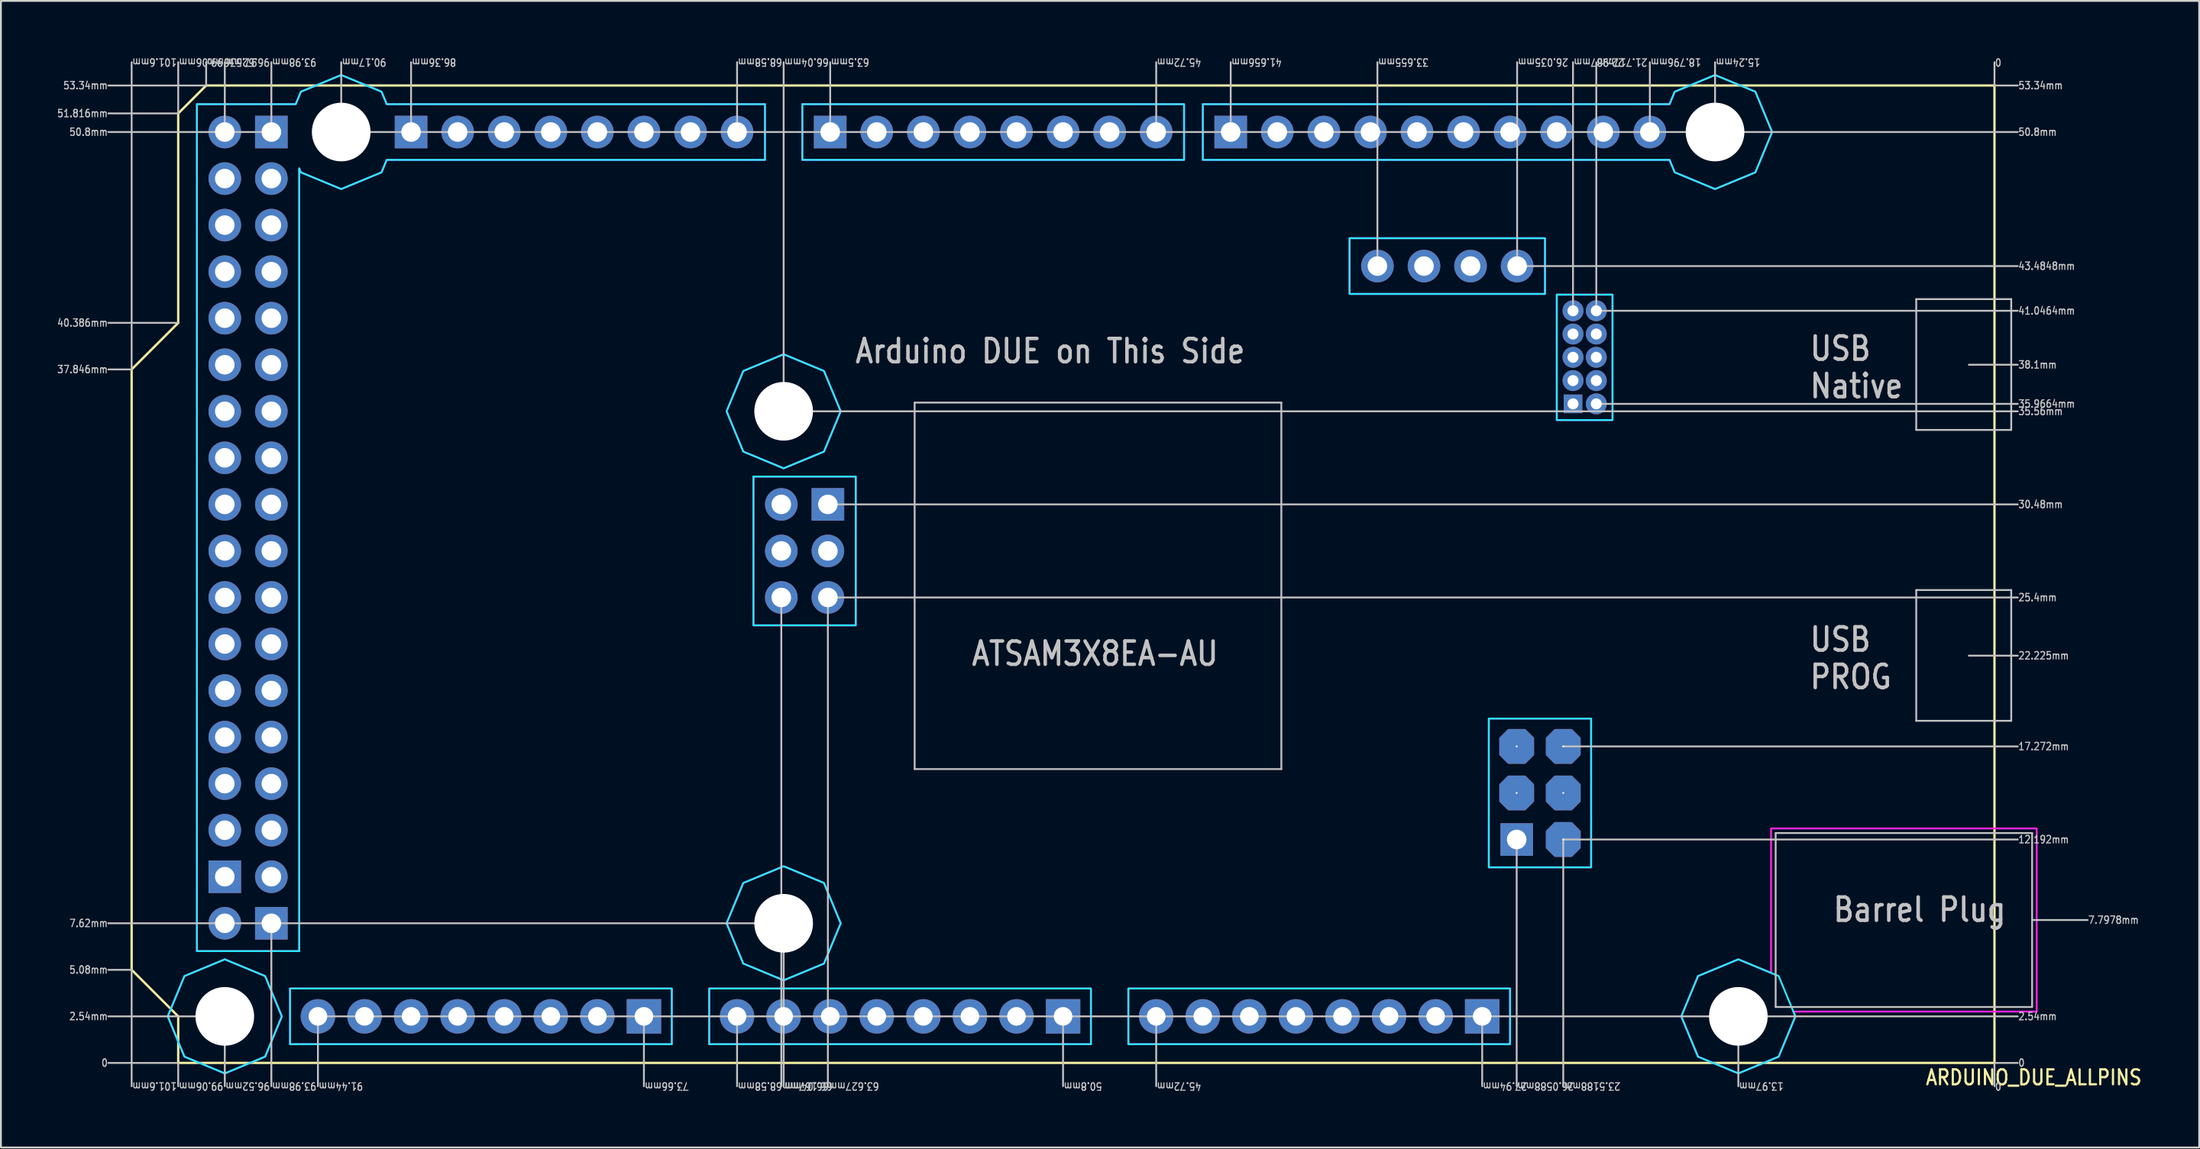
<source format=kicad_pcb>
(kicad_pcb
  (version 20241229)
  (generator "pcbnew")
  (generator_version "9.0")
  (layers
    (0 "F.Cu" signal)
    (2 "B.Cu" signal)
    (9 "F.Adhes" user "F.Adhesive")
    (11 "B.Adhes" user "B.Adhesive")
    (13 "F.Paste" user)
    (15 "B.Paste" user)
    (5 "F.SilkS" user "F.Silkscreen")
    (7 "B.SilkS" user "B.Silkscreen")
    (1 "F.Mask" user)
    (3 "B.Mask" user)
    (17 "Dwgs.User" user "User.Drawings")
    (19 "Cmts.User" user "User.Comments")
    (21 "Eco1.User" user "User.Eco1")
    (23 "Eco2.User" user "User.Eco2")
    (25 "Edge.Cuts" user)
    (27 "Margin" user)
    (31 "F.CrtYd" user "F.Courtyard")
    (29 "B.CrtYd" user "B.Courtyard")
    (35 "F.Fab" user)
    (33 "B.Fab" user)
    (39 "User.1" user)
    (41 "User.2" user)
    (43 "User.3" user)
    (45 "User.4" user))
  (footprint "ARDUINO_DUE_ALLPINS"
    (layer "F.Cu")
    (at 105.73 54.955)
    (property "Reference" "ARDUINO_DUE_ALLPINS" (at -3.81 1.27 0) (unlocked yes) (layer "F.SilkS") (effects (font (size 0.813 0.695) (thickness 0.122)) (justify left bottom)))
    (fp_circle (center -96.52 -2.54) (end -93.67 -2.54) (stroke (width 0) (type solid)) (fill yes) (layer "F.Mask"))
    (fp_circle (center -96.52 -2.54) (end -93.67 -2.54) (stroke (width 0) (type solid)) (fill yes) (layer "F.Mask"))
    (fp_circle (center -90.17 -50.8) (end -87.32 -50.8) (stroke (width 0) (type solid)) (fill yes) (layer "F.Mask"))
    (fp_circle (center -90.17 -50.8) (end -87.32 -50.8) (stroke (width 0) (type solid)) (fill yes) (layer "F.Mask"))
    (fp_circle (center -66.04 -35.56) (end -63.19 -35.56) (stroke (width 0) (type solid)) (fill yes) (layer "F.Mask"))
    (fp_circle (center -66.04 -35.56) (end -63.19 -35.56) (stroke (width 0) (type solid)) (fill yes) (layer "F.Mask"))
    (fp_circle (center -66.04 -7.62) (end -63.19 -7.62) (stroke (width 0) (type solid)) (fill yes) (layer "F.Mask"))
    (fp_circle (center -66.04 -7.62) (end -63.19 -7.62) (stroke (width 0) (type solid)) (fill yes) (layer "F.Mask"))
    (fp_circle (center -15.24 -50.8) (end -12.39 -50.8) (stroke (width 0) (type solid)) (fill yes) (layer "F.Mask"))
    (fp_circle (center -15.24 -50.8) (end -12.39 -50.8) (stroke (width 0) (type solid)) (fill yes) (layer "F.Mask"))
    (fp_circle (center -13.97 -2.54) (end -11.12 -2.54) (stroke (width 0) (type solid)) (fill yes) (layer "F.Mask"))
    (fp_circle (center -13.97 -2.54) (end -11.12 -2.54) (stroke (width 0) (type solid)) (fill yes) (layer "F.Mask"))
    (fp_circle (center -96.52 -2.54) (end -93.67 -2.54) (stroke (width 0) (type solid)) (fill yes) (layer "B.Mask"))
    (fp_circle (center -90.17 -50.8) (end -87.32 -50.8) (stroke (width 0) (type solid)) (fill yes) (layer "B.Mask"))
    (fp_circle (center -66.04 -35.56) (end -63.19 -35.56) (stroke (width 0) (type solid)) (fill yes) (layer "B.Mask"))
    (fp_circle (center -66.04 -7.62) (end -63.19 -7.62) (stroke (width 0) (type solid)) (fill yes) (layer "B.Mask"))
    (fp_circle (center -15.24 -50.8) (end -12.39 -50.8) (stroke (width 0) (type solid)) (fill yes) (layer "B.Mask"))
    (fp_circle (center -13.97 -2.54) (end -11.12 -2.54) (stroke (width 0) (type solid)) (fill yes) (layer "B.Mask"))
    (fp_line (start -101.6 -37.846) (end -101.6 -5.08) (stroke (width 0.127) (type solid)) (layer "F.SilkS"))
    (fp_line (start -101.6 -5.08) (end -99.06 -2.54) (stroke (width 0.127) (type solid)) (layer "F.SilkS"))
    (fp_line (start -99.06 -51.816) (end -99.06 -40.386) (stroke (width 0.127) (type solid)) (layer "F.SilkS"))
    (fp_line (start -99.06 -40.386) (end -101.6 -37.846) (stroke (width 0.127) (type solid)) (layer "F.SilkS"))
    (fp_line (start -99.06 -2.54) (end -99.06 0) (stroke (width 0.127) (type solid)) (layer "F.SilkS"))
    (fp_line (start -99.06 0) (end 0 0) (stroke (width 0.127) (type solid)) (layer "F.SilkS"))
    (fp_line (start -97.536 -53.34) (end -99.06 -51.816) (stroke (width 0.127) (type solid)) (layer "F.SilkS"))
    (fp_line (start 0 -53.34) (end -97.536 -53.34) (stroke (width 0.127) (type solid)) (layer "F.SilkS"))
    (fp_line (start 0 0) (end 0 -53.34) (stroke (width 0.127) (type solid)) (layer "F.SilkS"))
    (fp_line (start -101.6 -37.846) (end -102.87 -37.846) (stroke (width 0.1) (type solid)) (layer "Dwgs.User"))
    (fp_line (start -101.6 -37.846) (end -101.6 -54.61) (stroke (width 0.1) (type solid)) (layer "Dwgs.User"))
    (fp_line (start -101.6 -5.08) (end -102.87 -5.08) (stroke (width 0.1) (type solid)) (layer "Dwgs.User"))
    (fp_line (start -101.6 -5.08) (end -101.6 1.27) (stroke (width 0.1) (type solid)) (layer "Dwgs.User"))
    (fp_line (start -99.06 -51.816) (end -102.87 -51.816) (stroke (width 0.1) (type solid)) (layer "Dwgs.User"))
    (fp_line (start -99.06 -51.816) (end -99.06 -54.61) (stroke (width 0.1) (type solid)) (layer "Dwgs.User"))
    (fp_line (start -99.06 -40.386) (end -102.87 -40.386) (stroke (width 0.1) (type solid)) (layer "Dwgs.User"))
    (fp_line (start -99.06 0) (end -102.87 0) (stroke (width 0.1) (type solid)) (layer "Dwgs.User"))
    (fp_line (start -99.06 0) (end -99.06 1.27) (stroke (width 0.1) (type solid)) (layer "Dwgs.User"))
    (fp_line (start -97.536 -53.34) (end -102.87 -53.34) (stroke (width 0.1) (type solid)) (layer "Dwgs.User"))
    (fp_line (start -97.536 -53.34) (end -97.536 -54.61) (stroke (width 0.1) (type solid)) (layer "Dwgs.User"))
    (fp_line (start -96.52 -50.8) (end -102.87 -50.8) (stroke (width 0.1) (type solid)) (layer "Dwgs.User"))
    (fp_line (start -96.52 -50.8) (end -96.52 -54.61) (stroke (width 0.1) (type solid)) (layer "Dwgs.User"))
    (fp_line (start -96.52 -2.54) (end -102.87 -2.54) (stroke (width 0.1) (type solid)) (layer "Dwgs.User"))
    (fp_line (start -96.52 -2.54) (end -96.52 1.27) (stroke (width 0.1) (type solid)) (layer "Dwgs.User"))
    (fp_line (start -93.98 -50.8) (end -96.52 -50.8) (stroke (width 0.1) (type solid)) (layer "Dwgs.User"))
    (fp_line (start -93.98 -50.8) (end -93.98 -54.61) (stroke (width 0.1) (type solid)) (layer "Dwgs.User"))
    (fp_line (start -93.98 -7.62) (end -93.98 1.27) (stroke (width 0.1) (type solid)) (layer "Dwgs.User"))
    (fp_line (start -91.44 -2.54) (end -91.44 1.27) (stroke (width 0.1) (type solid)) (layer "Dwgs.User"))
    (fp_line (start -91.44 -2.54) (end -13.97 -2.54) (stroke (width 0.1) (type solid)) (layer "Dwgs.User"))
    (fp_line (start -90.17 -50.8) (end -90.17 -54.61) (stroke (width 0.1) (type solid)) (layer "Dwgs.User"))
    (fp_line (start -90.17 -50.8) (end -86.36 -50.8) (stroke (width 0.1) (type solid)) (layer "Dwgs.User"))
    (fp_line (start -86.36 -50.8) (end -86.36 -54.61) (stroke (width 0.1) (type solid)) (layer "Dwgs.User"))
    (fp_line (start -86.36 -50.8) (end -68.58 -50.8) (stroke (width 0.1) (type solid)) (layer "Dwgs.User"))
    (fp_line (start -73.66 -2.54) (end -73.66 1.27) (stroke (width 0.1) (type solid)) (layer "Dwgs.User"))
    (fp_line (start -68.58 -50.8) (end -68.58 -54.61) (stroke (width 0.1) (type solid)) (layer "Dwgs.User"))
    (fp_line (start -68.58 -50.8) (end -63.5 -50.8) (stroke (width 0.1) (type solid)) (layer "Dwgs.User"))
    (fp_line (start -68.58 -2.54) (end -68.58 1.27) (stroke (width 0.1) (type solid)) (layer "Dwgs.User"))
    (fp_line (start -66.167 -25.4) (end -66.167 1.27) (stroke (width 0.1) (type solid)) (layer "Dwgs.User"))
    (fp_line (start -66.04 -35.56) (end -66.04 -54.61) (stroke (width 0.1) (type solid)) (layer "Dwgs.User"))
    (fp_line (start -66.04 -35.56) (end 1.27 -35.56) (stroke (width 0.1) (type solid)) (layer "Dwgs.User"))
    (fp_line (start -66.04 -7.62) (end -102.87 -7.62) (stroke (width 0.1) (type solid)) (layer "Dwgs.User"))
    (fp_line (start -66.04 -7.62) (end -66.04 1.27) (stroke (width 0.1) (type solid)) (layer "Dwgs.User"))
    (fp_line (start -63.627 -25.4) (end -63.627 1.27) (stroke (width 0.1) (type solid)) (layer "Dwgs.User"))
    (fp_line (start -63.627 -25.4) (end 1.27 -25.4) (stroke (width 0.1) (type solid)) (layer "Dwgs.User"))
    (fp_line (start -63.5 -50.8) (end -63.5 -54.61) (stroke (width 0.1) (type solid)) (layer "Dwgs.User"))
    (fp_line (start -63.5 -50.8) (end -45.72 -50.8) (stroke (width 0.1) (type solid)) (layer "Dwgs.User"))
    (fp_line (start -63.5 -30.48) (end 1.27 -30.48) (stroke (width 0.1) (type solid)) (layer "Dwgs.User"))
    (fp_line (start -58.895 -36.035) (end -58.895 -16.035) (stroke (width 0.1) (type solid)) (layer "Dwgs.User"))
    (fp_line (start -58.895 -16.035) (end -38.895 -16.035) (stroke (width 0.1) (type solid)) (layer "Dwgs.User"))
    (fp_line (start -50.8 -2.54) (end -50.8 1.27) (stroke (width 0.1) (type solid)) (layer "Dwgs.User"))
    (fp_line (start -45.72 -50.8) (end -45.72 -54.61) (stroke (width 0.1) (type solid)) (layer "Dwgs.User"))
    (fp_line (start -45.72 -50.8) (end -41.656 -50.8) (stroke (width 0.1) (type solid)) (layer "Dwgs.User"))
    (fp_line (start -45.72 -2.54) (end -45.72 1.27) (stroke (width 0.1) (type solid)) (layer "Dwgs.User"))
    (fp_line (start -41.656 -50.8) (end -41.656 -54.61) (stroke (width 0.1) (type solid)) (layer "Dwgs.User"))
    (fp_line (start -41.656 -50.8) (end -18.796 -50.8) (stroke (width 0.1) (type solid)) (layer "Dwgs.User"))
    (fp_line (start -38.895 -36.035) (end -58.895 -36.035) (stroke (width 0.1) (type solid)) (layer "Dwgs.User"))
    (fp_line (start -38.895 -16.035) (end -38.895 -36.035) (stroke (width 0.1) (type solid)) (layer "Dwgs.User"))
    (fp_line (start -33.655 -43.485) (end -33.655 -54.61) (stroke (width 0.1) (type solid)) (layer "Dwgs.User"))
    (fp_line (start -27.94 -2.54) (end -27.94 1.27) (stroke (width 0.1) (type solid)) (layer "Dwgs.User"))
    (fp_line (start -26.059 -12.192) (end -26.059 1.27) (stroke (width 0.1) (type solid)) (layer "Dwgs.User"))
    (fp_line (start -26.035 -43.485) (end -26.035 -54.61) (stroke (width 0.1) (type solid)) (layer "Dwgs.User"))
    (fp_line (start -26.035 -43.485) (end 1.27 -43.485) (stroke (width 0.1) (type solid)) (layer "Dwgs.User"))
    (fp_line (start -23.519 -17.272) (end 1.27 -17.272) (stroke (width 0.1) (type solid)) (layer "Dwgs.User"))
    (fp_line (start -23.519 -12.192) (end -23.519 1.27) (stroke (width 0.1) (type solid)) (layer "Dwgs.User"))
    (fp_line (start -23.519 -12.192) (end 1.27 -12.192) (stroke (width 0.1) (type solid)) (layer "Dwgs.User"))
    (fp_line (start -22.987 -41.046) (end -22.987 -54.61) (stroke (width 0.1) (type solid)) (layer "Dwgs.User"))
    (fp_line (start -21.717 -41.046) (end -21.717 -54.61) (stroke (width 0.1) (type solid)) (layer "Dwgs.User"))
    (fp_line (start -21.717 -41.046) (end 1.27 -41.046) (stroke (width 0.1) (type solid)) (layer "Dwgs.User"))
    (fp_line (start -21.717 -35.966) (end 1.27 -35.966) (stroke (width 0.1) (type solid)) (layer "Dwgs.User"))
    (fp_line (start -18.796 -50.8) (end -18.796 -54.61) (stroke (width 0.1) (type solid)) (layer "Dwgs.User"))
    (fp_line (start -18.796 -50.8) (end -15.24 -50.8) (stroke (width 0.1) (type solid)) (layer "Dwgs.User"))
    (fp_line (start -15.24 -50.8) (end -15.24 -54.61) (stroke (width 0.1) (type solid)) (layer "Dwgs.User"))
    (fp_line (start -15.24 -50.8) (end 1.27 -50.8) (stroke (width 0.1) (type solid)) (layer "Dwgs.User"))
    (fp_line (start -13.97 -2.54) (end -13.97 1.27) (stroke (width 0.1) (type solid)) (layer "Dwgs.User"))
    (fp_line (start -13.97 -2.54) (end 1.27 -2.54) (stroke (width 0.1) (type solid)) (layer "Dwgs.User"))
    (fp_line (start -11.934 -12.544) (end -11.934 -3.052) (stroke (width 0.1) (type solid)) (layer "Dwgs.User"))
    (fp_line (start -11.934 -3.052) (end 2.053 -3.052) (stroke (width 0.1) (type solid)) (layer "Dwgs.User"))
    (fp_line (start -4.267 -41.681) (end 0.914 -41.681) (stroke (width 0.1) (type solid)) (layer "Dwgs.User"))
    (fp_line (start -4.267 -34.544) (end -4.267 -41.681) (stroke (width 0.1) (type solid)) (layer "Dwgs.User"))
    (fp_line (start -4.267 -25.806) (end 0.914 -25.806) (stroke (width 0.1) (type solid)) (layer "Dwgs.User"))
    (fp_line (start -4.267 -18.669) (end -4.267 -25.806) (stroke (width 0.1) (type solid)) (layer "Dwgs.User"))
    (fp_line (start 0 -53.34) (end 0 -54.61) (stroke (width 0.1) (type solid)) (layer "Dwgs.User"))
    (fp_line (start 0 -53.34) (end 1.27 -53.34) (stroke (width 0.1) (type solid)) (layer "Dwgs.User"))
    (fp_line (start 0 0) (end 0 1.27) (stroke (width 0.1) (type solid)) (layer "Dwgs.User"))
    (fp_line (start 0 0) (end 1.27 0) (stroke (width 0.1) (type solid)) (layer "Dwgs.User"))
    (fp_line (start 0.914 -41.681) (end 0.914 -34.544) (stroke (width 0.1) (type solid)) (layer "Dwgs.User"))
    (fp_line (start 0.914 -34.544) (end -4.267 -34.544) (stroke (width 0.1) (type solid)) (layer "Dwgs.User"))
    (fp_line (start 0.914 -25.806) (end 0.914 -18.669) (stroke (width 0.1) (type solid)) (layer "Dwgs.User"))
    (fp_line (start 0.914 -18.669) (end -4.267 -18.669) (stroke (width 0.1) (type solid)) (layer "Dwgs.User"))
    (fp_line (start 1.27 -38.1) (end -1.397 -38.1) (stroke (width 0.1) (type solid)) (layer "Dwgs.User"))
    (fp_line (start 1.27 -22.225) (end -1.397 -22.225) (stroke (width 0.1) (type solid)) (layer "Dwgs.User"))
    (fp_line (start 2.053 -12.544) (end -11.934 -12.544) (stroke (width 0.1) (type solid)) (layer "Dwgs.User"))
    (fp_line (start 2.053 -3.052) (end 2.053 -12.544) (stroke (width 0.1) (type solid)) (layer "Dwgs.User"))
    (fp_line (start 5.08 -7.798) (end 2.053 -7.798) (stroke (width 0.1) (type solid)) (layer "Dwgs.User"))
    (fp_poly (pts (xy -72.14 -4.06) (xy -92.96 -4.06) (xy -92.96 -1.02) (xy -72.14 -1.02)) (stroke (width 0.1) (type solid)) (fill no) (layer "B.CrtYd"))
    (fp_poly (pts (xy -62.107 -32) (xy -67.687 -32) (xy -67.687 -23.88) (xy -62.107 -23.88)) (stroke (width 0.1) (type solid)) (fill no) (layer "B.CrtYd"))
    (fp_poly (pts (xy -49.28 -4.06) (xy -70.1 -4.06) (xy -70.1 -1.02) (xy -49.28 -1.02)) (stroke (width 0.1) (type solid)) (fill no) (layer "B.CrtYd"))
    (fp_poly (pts (xy -44.2 -52.32) (xy -65.02 -52.32) (xy -65.02 -49.28) (xy -44.2 -49.28)) (stroke (width 0.1) (type solid)) (fill no) (layer "B.CrtYd"))
    (fp_poly (pts (xy -26.42 -4.06) (xy -47.24 -4.06) (xy -47.24 -1.02) (xy -26.42 -1.02)) (stroke (width 0.1) (type solid)) (fill no) (layer "B.CrtYd"))
    (fp_poly (pts (xy -24.515 -41.965) (xy -24.515 -45.005) (xy -35.175 -45.005) (xy -35.175 -41.965)) (stroke (width 0.1) (type solid)) (fill no) (layer "B.CrtYd"))
    (fp_poly (pts (xy -21.999 -18.792) (xy -27.579 -18.792) (xy -27.579 -10.672) (xy -21.998 -10.672)) (stroke (width 0.1) (type solid)) (fill no) (layer "B.CrtYd"))
    (fp_poly (pts (xy -20.832 -41.926) (xy -23.872 -41.926) (xy -23.872 -35.081) (xy -20.832 -35.081)) (stroke (width 0.1) (type solid)) (fill no) (layer "B.CrtYd"))
    (fp_poly (pts (xy -99.632 -2.54) (xy -98.72 -4.74) (xy -96.52 -5.652) (xy -94.32 -4.74) (xy -93.408 -2.54) (xy -94.32 -0.34) (xy -96.52 0.572) (xy -98.72 -0.34)) (stroke (width 0.1) (type solid)) (fill no) (layer "B.CrtYd"))
    (fp_poly (pts (xy -69.152 -35.56) (xy -68.24 -37.76) (xy -66.04 -38.672) (xy -63.84 -37.76) (xy -62.928 -35.56) (xy -63.84 -33.36) (xy -66.04 -32.448) (xy -68.24 -33.36)) (stroke (width 0.1) (type solid)) (fill no) (layer "B.CrtYd"))
    (fp_poly (pts (xy -69.152 -7.62) (xy -68.24 -9.82) (xy -66.04 -10.732) (xy -63.84 -9.82) (xy -62.928 -7.62) (xy -63.84 -5.42) (xy -66.04 -4.508) (xy -68.24 -5.42)) (stroke (width 0.1) (type solid)) (fill no) (layer "B.CrtYd"))
    (fp_poly (pts (xy -17.082 -2.54) (xy -16.17 -4.74) (xy -13.97 -5.652) (xy -11.77 -4.74) (xy -10.858 -2.54) (xy -11.77 -0.34) (xy -13.97 0.572) (xy -16.17 -0.34)) (stroke (width 0.1) (type solid)) (fill no) (layer "B.CrtYd"))
    (fp_poly (pts (xy -17.722 -52.32) (xy -17.44 -53) (xy -15.24 -53.912) (xy -13.04 -53) (xy -12.128 -50.8) (xy -13.04 -48.6) (xy -15.24 -47.688) (xy -17.44 -48.6) (xy -17.722 -49.28) (xy -43.176 -49.28) (xy -43.176 -52.32)) (stroke (width 0.1) (type solid)) (fill no) (layer "B.CrtYd"))
    (fp_poly (pts (xy -92.652 -52.32) (xy -92.37 -53) (xy -90.17 -53.912) (xy -87.97 -53) (xy -87.688 -52.32) (xy -67.06 -52.32) (xy -67.06 -49.28) (xy -87.688 -49.28) (xy -87.97 -48.6) (xy -90.17 -47.688) (xy -92.37 -48.6) (xy -92.46 -48.816) (xy -92.46 -6.1) (xy -98.04 -6.1) (xy -98.04 -52.32)) (stroke (width 0.1) (type solid)) (fill no) (layer "B.CrtYd"))
    (fp_poly (pts (xy -72.14 -4.06) (xy -92.96 -4.06) (xy -92.96 -1.02) (xy -72.14 -1.02)) (stroke (width 0.1) (type solid)) (fill no) (layer "F.CrtYd"))
    (fp_poly (pts (xy -62.107 -32) (xy -67.687 -32) (xy -67.687 -23.88) (xy -62.107 -23.88)) (stroke (width 0.1) (type solid)) (fill no) (layer "F.CrtYd"))
    (fp_poly (pts (xy -49.28 -4.06) (xy -70.1 -4.06) (xy -70.1 -1.02) (xy -49.28 -1.02)) (stroke (width 0.1) (type solid)) (fill no) (layer "F.CrtYd"))
    (fp_poly (pts (xy -44.2 -52.32) (xy -65.02 -52.32) (xy -65.02 -49.28) (xy -44.2 -49.28)) (stroke (width 0.1) (type solid)) (fill no) (layer "F.CrtYd"))
    (fp_poly (pts (xy -26.42 -4.06) (xy -47.24 -4.06) (xy -47.24 -1.02) (xy -26.42 -1.02)) (stroke (width 0.1) (type solid)) (fill no) (layer "F.CrtYd"))
    (fp_poly (pts (xy -24.515 -41.965) (xy -24.515 -45.005) (xy -35.175 -45.005) (xy -35.175 -41.965)) (stroke (width 0.1) (type solid)) (fill no) (layer "F.CrtYd"))
    (fp_poly (pts (xy -21.999 -18.792) (xy -27.579 -18.792) (xy -27.579 -10.672) (xy -21.998 -10.672)) (stroke (width 0.1) (type solid)) (fill no) (layer "F.CrtYd"))
    (fp_poly (pts (xy -20.832 -41.926) (xy -23.872 -41.926) (xy -23.872 -35.081) (xy -20.832 -35.081)) (stroke (width 0.1) (type solid)) (fill no) (layer "F.CrtYd"))
    (fp_poly (pts (xy -99.632 -2.54) (xy -98.72 -4.74) (xy -96.52 -5.652) (xy -94.32 -4.74) (xy -93.408 -2.54) (xy -94.32 -0.34) (xy -96.52 0.572) (xy -98.72 -0.34)) (stroke (width 0.1) (type solid)) (fill no) (layer "F.CrtYd"))
    (fp_poly (pts (xy -69.152 -35.56) (xy -68.24 -37.76) (xy -66.04 -38.672) (xy -63.84 -37.76) (xy -62.928 -35.56) (xy -63.84 -33.36) (xy -66.04 -32.448) (xy -68.24 -33.36)) (stroke (width 0.1) (type solid)) (fill no) (layer "F.CrtYd"))
    (fp_poly (pts (xy -69.152 -7.62) (xy -68.24 -9.82) (xy -66.04 -10.732) (xy -63.84 -9.82) (xy -62.928 -7.62) (xy -63.84 -5.42) (xy -66.04 -4.508) (xy -68.24 -5.42)) (stroke (width 0.1) (type solid)) (fill no) (layer "F.CrtYd"))
    (fp_poly (pts (xy -17.722 -52.32) (xy -17.44 -53) (xy -15.24 -53.912) (xy -13.04 -53) (xy -12.128 -50.8) (xy -13.04 -48.6) (xy -15.24 -47.688) (xy -17.44 -48.6) (xy -17.722 -49.28) (xy -43.176 -49.28) (xy -43.176 -52.32)) (stroke (width 0.1) (type solid)) (fill no) (layer "F.CrtYd"))
    (fp_poly (pts (xy -17.082 -2.54) (xy -16.17 -4.74) (xy -13.97 -5.652) (xy -12.184 -4.912) (xy -12.184 -12.794) (xy 2.303 -12.794) (xy 2.303 -2.802) (xy -10.967 -2.802) (xy -10.858 -2.54) (xy -11.77 -0.34) (xy -13.97 0.572) (xy -16.17 -0.34)) (stroke (width 0.1) (type solid)) (fill no) (layer "F.CrtYd"))
    (fp_poly (pts (xy -92.652 -52.32) (xy -92.37 -53) (xy -90.17 -53.912) (xy -87.97 -53) (xy -87.688 -52.32) (xy -67.06 -52.32) (xy -67.06 -49.28) (xy -87.688 -49.28) (xy -87.97 -48.6) (xy -90.17 -47.688) (xy -92.37 -48.6) (xy -92.46 -48.816) (xy -92.46 -6.1) (xy -98.04 -6.1) (xy -98.04 -52.32)) (stroke (width 0.1) (type solid)) (fill no) (layer "F.CrtYd"))
    (fp_text user "13.97mm" (at -13.97 1.27 180) (unlocked yes) (layer "Dwgs.User") (effects (font (size 0.406 0.347) (thickness 0.061)) (justify right)))
    (fp_text user "63.627mm" (at -63.627 1.27 180) (unlocked yes) (layer "Dwgs.User") (effects (font (size 0.406 0.347) (thickness 0.061)) (justify right)))
    (fp_text user "41.656mm" (at -41.656 -54.61 180) (unlocked yes) (layer "Dwgs.User") (effects (font (size 0.406 0.347) (thickness 0.061)) (justify right)))
    (fp_text user "96.52mm" (at -96.52 -54.61 180) (unlocked yes) (layer "Dwgs.User") (effects (font (size 0.406 0.347) (thickness 0.061)) (justify right)))
    (fp_text user "25.4mm" (at 1.27 -25.4 0) (unlocked yes) (layer "Dwgs.User") (effects (font (size 0.406 0.347) (thickness 0.061)) (justify left)))
    (fp_text user "99.06mm" (at -99.06 1.27 180) (unlocked yes) (layer "Dwgs.User") (effects (font (size 0.406 0.347) (thickness 0.061)) (justify right)))
    (fp_text user "90.17mm" (at -90.17 -54.61 180) (unlocked yes) (layer "Dwgs.User") (effects (font (size 0.406 0.347) (thickness 0.061)) (justify right)))
    (fp_text user "27.94mm" (at -27.94 1.27 180) (unlocked yes) (layer "Dwgs.User") (effects (font (size 0.406 0.347) (thickness 0.061)) (justify right)))
    (fp_text user "22.225mm" (at 1.27 -22.225 0) (unlocked yes) (layer "Dwgs.User") (effects (font (size 0.406 0.347) (thickness 0.061)) (justify left)))
    (fp_text user "17.272mm" (at 1.27 -17.272 0) (unlocked yes) (layer "Dwgs.User") (effects (font (size 0.406 0.347) (thickness 0.061)) (justify left)))
    (fp_text user "93.98mm" (at -93.98 -54.61 180) (unlocked yes) (layer "Dwgs.User") (effects (font (size 0.406 0.347) (thickness 0.061)) (justify right)))
    (fp_text user "37.846mm" (at -102.87 -37.846 0) (unlocked yes) (layer "Dwgs.User") (effects (font (size 0.406 0.347) (thickness 0.061)) (justify right)))
    (fp_text user "93.98mm" (at -93.98 1.27 180) (unlocked yes) (layer "Dwgs.User") (effects (font (size 0.406 0.347) (thickness 0.061)) (justify right)))
    (fp_text user "2.54mm" (at -102.87 -2.54 0) (unlocked yes) (layer "Dwgs.User") (effects (font (size 0.406 0.347) (thickness 0.061)) (justify right)))
    (fp_text user "38.1mm" (at 1.27 -38.1 0) (unlocked yes) (layer "Dwgs.User") (effects (font (size 0.406 0.347) (thickness 0.061)) (justify left)))
    (fp_text user "53.34mm" (at 1.27 -53.34 0) (unlocked yes) (layer "Dwgs.User") (effects (font (size 0.406 0.347) (thickness 0.061)) (justify left)))
    (fp_text user "50.8mm" (at 1.27 -50.8 0) (unlocked yes) (layer "Dwgs.User") (effects (font (size 0.406 0.347) (thickness 0.061)) (justify left)))
    (fp_text user "35.56mm" (at 1.27 -35.56 0) (unlocked yes) (layer "Dwgs.User") (effects (font (size 0.406 0.347) (thickness 0.061)) (justify left)))
    (fp_text user "18.796mm" (at -18.796 -54.61 180) (unlocked yes) (layer "Dwgs.User") (effects (font (size 0.406 0.347) (thickness 0.061)) (justify right)))
    (fp_text user "30.48mm" (at 1.27 -30.48 0) (unlocked yes) (layer "Dwgs.User") (effects (font (size 0.406 0.347) (thickness 0.061)) (justify left)))
    (fp_text user "86.36mm" (at -86.36 -54.61 180) (unlocked yes) (layer "Dwgs.User") (effects (font (size 0.406 0.347) (thickness 0.061)) (justify right)))
    (fp_text user "0" (at 0 -54.61 180) (unlocked yes) (layer "Dwgs.User") (effects (font (size 0.406 0.347) (thickness 0.061)) (justify right)))
    (fp_text user "51.816mm" (at -102.87 -51.816 0) (unlocked yes) (layer "Dwgs.User") (effects (font (size 0.406 0.347) (thickness 0.061)) (justify right)))
    (fp_text user "21.717mm" (at -21.717 -54.61 180) (unlocked yes) (layer "Dwgs.User") (effects (font (size 0.406 0.347) (thickness 0.061)) (justify right)))
    (fp_text user "7.62mm" (at -102.87 -7.62 0) (unlocked yes) (layer "Dwgs.User") (effects (font (size 0.406 0.347) (thickness 0.061)) (justify right)))
    (fp_text user "97.536mm" (at -97.536 -54.61 180) (unlocked yes) (layer "Dwgs.User") (effects (font (size 0.406 0.347) (thickness 0.061)) (justify right)))
    (fp_text user "0" (at -102.87 0 0) (unlocked yes) (layer "Dwgs.User") (effects (font (size 0.406 0.347) (thickness 0.061)) (justify right)))
    (fp_text user "26.0588mm" (at -26.059 1.27 180) (unlocked yes) (layer "Dwgs.User") (effects (font (size 0.406 0.347) (thickness 0.061)) (justify right)))
    (fp_text user "33.655mm" (at -33.655 -54.61 180) (unlocked yes) (layer "Dwgs.User") (effects (font (size 0.406 0.347) (thickness 0.061)) (justify right)))
    (fp_text user "96.52mm" (at -96.52 1.27 180) (unlocked yes) (layer "Dwgs.User") (effects (font (size 0.406 0.347) (thickness 0.061)) (justify right)))
    (fp_text user "63.5mm" (at -63.5 -54.61 180) (unlocked yes) (layer "Dwgs.User") (effects (font (size 0.406 0.347) (thickness 0.061)) (justify right)))
    (fp_text user "66.167mm" (at -66.167 1.27 180) (unlocked yes) (layer "Dwgs.User") (effects (font (size 0.406 0.347) (thickness 0.061)) (justify right)))
    (fp_text user "68.58mm" (at -68.58 -54.61 180) (unlocked yes) (layer "Dwgs.User") (effects (font (size 0.406 0.347) (thickness 0.061)) (justify right)))
    (fp_text user "0" (at 1.27 0 0) (unlocked yes) (layer "Dwgs.User") (effects (font (size 0.406 0.347) (thickness 0.061)) (justify left)))
    (fp_text user "45.72mm" (at -45.72 1.27 180) (unlocked yes) (layer "Dwgs.User") (effects (font (size 0.406 0.347) (thickness 0.061)) (justify right)))
    (fp_text user "ATSAM3X8EA-AU" (at -55.88 -21.59 0) (unlocked yes) (layer "Dwgs.User") (effects (font (size 1.27 1.086) (thickness 0.191)) (justify left bottom)))
    (fp_text user "23.5188mm" (at -23.519 1.27 180) (unlocked yes) (layer "Dwgs.User") (effects (font (size 0.406 0.347) (thickness 0.061)) (justify right)))
    (fp_text user "43.4848mm" (at 1.27 -43.485 0) (unlocked yes) (layer "Dwgs.User") (effects (font (size 0.406 0.347) (thickness 0.061)) (justify left)))
    (fp_text user "101.6mm" (at -101.6 -54.61 180) (unlocked yes) (layer "Dwgs.User") (effects (font (size 0.406 0.347) (thickness 0.061)) (justify right)))
    (fp_text user "91.44mm" (at -91.44 1.27 180) (unlocked yes) (layer "Dwgs.User") (effects (font (size 0.406 0.347) (thickness 0.061)) (justify right)))
    (fp_text user "50.8mm" (at -102.87 -50.8 0) (unlocked yes) (layer "Dwgs.User") (effects (font (size 0.406 0.347) (thickness 0.061)) (justify right)))
    (fp_text user "12.192mm" (at 1.27 -12.192 0) (unlocked yes) (layer "Dwgs.User") (effects (font (size 0.406 0.347) (thickness 0.061)) (justify left)))
    (fp_text user "66.04mm" (at -66.04 1.27 180) (unlocked yes) (layer "Dwgs.User") (effects (font (size 0.406 0.347) (thickness 0.061)) (justify right)))
    (fp_text user "50.8mm" (at -50.8 1.27 180) (unlocked yes) (layer "Dwgs.User") (effects (font (size 0.406 0.347) (thickness 0.061)) (justify right)))
    (fp_text user "66.04mm" (at -66.04 -54.61 180) (unlocked yes) (layer "Dwgs.User") (effects (font (size 0.406 0.347) (thickness 0.061)) (justify right)))
    (fp_text user "73.66mm" (at -73.66 1.27 180) (unlocked yes) (layer "Dwgs.User") (effects (font (size 0.406 0.347) (thickness 0.061)) (justify right)))
    (fp_text user "Barrel Plug" (at -8.89 -7.62 0) (unlocked yes) (layer "Dwgs.User") (effects (font (size 1.27 1.086) (thickness 0.191)) (justify left bottom)))
    (fp_text user "68.58mm" (at -68.58 1.27 180) (unlocked yes) (layer "Dwgs.User") (effects (font (size 0.406 0.347) (thickness 0.061)) (justify right)))
    (fp_text user "15.24mm" (at -15.24 -54.61 180) (unlocked yes) (layer "Dwgs.User") (effects (font (size 0.406 0.347) (thickness 0.061)) (justify right)))
    (fp_text user "53.34mm" (at -102.87 -53.34 0) (unlocked yes) (layer "Dwgs.User") (effects (font (size 0.406 0.347) (thickness 0.061)) (justify right)))
    (fp_text user "45.72mm" (at -45.72 -54.61 180) (unlocked yes) (layer "Dwgs.User") (effects (font (size 0.406 0.347) (thickness 0.061)) (justify right)))
    (fp_text user "26.035mm" (at -26.035 -54.61 180) (unlocked yes) (layer "Dwgs.User") (effects (font (size 0.406 0.347) (thickness 0.061)) (justify right)))
    (fp_text user "0" (at 0 1.27 180) (unlocked yes) (layer "Dwgs.User") (effects (font (size 0.406 0.347) (thickness 0.061)) (justify right)))
    (fp_text user "101.6mm" (at -101.6 1.27 180) (unlocked yes) (layer "Dwgs.User") (effects (font (size 0.406 0.347) (thickness 0.061)) (justify right)))
    (fp_text user "22.987mm" (at -22.987 -54.61 180) (unlocked yes) (layer "Dwgs.User") (effects (font (size 0.406 0.347) (thickness 0.061)) (justify right)))
    (fp_text user "41.0464mm" (at 1.27 -41.046 0) (unlocked yes) (layer "Dwgs.User") (effects (font (size 0.406 0.347) (thickness 0.061)) (justify left)))
    (fp_text user "USB\nNative" (at -10.16 -36.195 0) (unlocked yes) (layer "Dwgs.User") (effects (font (size 1.27 1.086) (thickness 0.191)) (justify left bottom)))
    (fp_text user "40.386mm" (at -102.87 -40.386 0) (unlocked yes) (layer "Dwgs.User") (effects (font (size 0.406 0.347) (thickness 0.061)) (justify right)))
    (fp_text user "35.9664mm" (at 1.27 -35.966 0) (unlocked yes) (layer "Dwgs.User") (effects (font (size 0.406 0.347) (thickness 0.061)) (justify left)))
    (fp_text user "Arduino DUE on This Side" (at -62.23 -38.1 0) (unlocked yes) (layer "Dwgs.User") (effects (font (size 1.27 1.086) (thickness 0.191)) (justify left bottom)))
    (fp_text user "7.7978mm" (at 5.08 -7.798 0) (unlocked yes) (layer "Dwgs.User") (effects (font (size 0.406 0.347) (thickness 0.061)) (justify left)))
    (fp_text user "5.08mm" (at -102.87 -5.08 0) (unlocked yes) (layer "Dwgs.User") (effects (font (size 0.406 0.347) (thickness 0.061)) (justify right)))
    (fp_text user "2.54mm" (at 1.27 -2.54 0) (unlocked yes) (layer "Dwgs.User") (effects (font (size 0.406 0.347) (thickness 0.061)) (justify left)))
    (fp_text user "USB\nPROG" (at -10.16 -20.32 0) (unlocked yes) (layer "Dwgs.User") (effects (font (size 1.27 1.086) (thickness 0.191)) (justify left bottom)))
    (fp_text user "99.06mm" (at -99.06 -54.61 180) (unlocked yes) (layer "Dwgs.User") (effects (font (size 0.406 0.347) (thickness 0.061)) (justify right)))
    (pad "" np_thru_hole circle (at -96.52 -2.54) (size 3.2 3.2) (drill 3.2) (layers "*.Cu" "*.Mask"))
    (pad "" np_thru_hole circle (at -90.17 -50.8) (size 3.2 3.2) (drill 3.2) (layers "*.Cu" "*.Mask"))
    (pad "" np_thru_hole circle (at -66.04 -35.56) (size 3.2 3.2) (drill 3.2) (layers "*.Cu" "*.Mask"))
    (pad "" np_thru_hole circle (at -66.04 -7.62) (size 3.2 3.2) (drill 3.2) (layers "*.Cu" "*.Mask"))
    (pad "" np_thru_hole circle (at -15.24 -50.8) (size 3.2 3.2) (drill 3.2) (layers "*.Cu" "*.Mask"))
    (pad "" np_thru_hole circle (at -13.97 -2.54) (size 3.2 3.2) (drill 3.2) (layers "*.Cu" "*.Mask"))
    (pad "0" thru_hole rect (at -63.5 -50.8 270) (size 1.778 1.778) (drill 1.067) (layers "*.Cu" "*.Mask"))
    (pad "1" thru_hole oval (at -60.96 -50.8 270) (size 1.778 1.778) (drill 1.067) (layers "*.Cu" "*.Mask"))
    (pad "2" thru_hole oval (at -58.42 -50.8 270) (size 1.778 1.778) (drill 1.067) (layers "*.Cu" "*.Mask"))
    (pad "3" thru_hole oval (at -55.88 -50.8 270) (size 1.778 1.778) (drill 1.067) (layers "*.Cu" "*.Mask"))
    (pad "3V3" thru_hole oval (at -35.56 -2.54 90) (size 1.88 1.88) (drill 1.016) (layers "*.Cu" "*.Mask"))
    (pad "3V3_JTAG" thru_hole rect (at -22.987 -35.966 180) (size 1.016 1.016) (drill 0.6) (layers "*.Cu" "*.Mask"))
    (pad "4" thru_hole oval (at -53.34 -50.8 270) (size 1.778 1.778) (drill 1.067) (layers "*.Cu" "*.Mask"))
    (pad "5" thru_hole oval (at -50.8 -50.8 270) (size 1.778 1.778) (drill 1.067) (layers "*.Cu" "*.Mask"))
    (pad "5V0" thru_hole oval (at -38.1 -2.54 90) (size 1.88 1.88) (drill 1.016) (layers "*.Cu" "*.Mask"))
    (pad "5V0_1" thru_hole rect (at -93.98 -50.8 90) (size 1.778 1.778) (drill 1.067) (layers "*.Cu" "*.Mask"))
    (pad "5V0_2" thru_hole oval (at -96.52 -50.8 90) (size 1.778 1.778) (drill 1.067) (layers "*.Cu" "*.Mask"))
    (pad "5V_2" thru_hole oval (at -66.167 -30.48 180) (size 1.778 1.778) (drill 1.067) (layers "*.Cu" "*.Mask"))
    (pad "5V_ICSP1" thru_hole custom (at -23.519 -12.192 180) (size 0.1 0.1) (drill 1.067) (layers "*.Cu" "*.Mask") (options (anchor rect)) (primitives (gr_poly (pts (xy 0.889 0.445) (xy 0.445 0.889) (xy -0.445 0.889) (xy -0.889 0.445) (xy -0.889 -0.445) (xy -0.445 -0.889) (xy 0.445 -0.889) (xy 0.889 -0.445)) (width 0.12) (fill yes))))
    (pad "6" thru_hole oval (at -48.26 -50.8 270) (size 1.778 1.778) (drill 1.067) (layers "*.Cu" "*.Mask"))
    (pad "7" thru_hole oval (at -45.72 -50.8 270) (size 1.778 1.778) (drill 1.067) (layers "*.Cu" "*.Mask"))
    (pad "8" thru_hole rect (at -41.656 -50.8 270) (size 1.778 1.778) (drill 1.067) (layers "*.Cu" "*.Mask"))
    (pad "9" thru_hole oval (at -39.116 -50.8 270) (size 1.778 1.778) (drill 1.067) (layers "*.Cu" "*.Mask"))
    (pad "10" thru_hole oval (at -36.576 -50.8 270) (size 1.778 1.778) (drill 1.067) (layers "*.Cu" "*.Mask"))
    (pad "11" thru_hole oval (at -34.036 -50.8 270) (size 1.778 1.778) (drill 1.067) (layers "*.Cu" "*.Mask"))
    (pad "12" thru_hole oval (at -31.496 -50.8 270) (size 1.778 1.778) (drill 1.067) (layers "*.Cu" "*.Mask"))
    (pad "13" thru_hole oval (at -28.956 -50.8 270) (size 1.778 1.778) (drill 1.067) (layers "*.Cu" "*.Mask"))
    (pad "14" thru_hole oval (at -68.58 -50.8 270) (size 1.778 1.778) (drill 1.067) (layers "*.Cu" "*.Mask"))
    (pad "15" thru_hole oval (at -71.12 -50.8 270) (size 1.778 1.778) (drill 1.067) (layers "*.Cu" "*.Mask"))
    (pad "16" thru_hole oval (at -73.66 -50.8 270) (size 1.778 1.778) (drill 1.067) (layers "*.Cu" "*.Mask"))
    (pad "17" thru_hole oval (at -76.2 -50.8 270) (size 1.778 1.778) (drill 1.067) (layers "*.Cu" "*.Mask"))
    (pad "18" thru_hole oval (at -78.74 -50.8 270) (size 1.778 1.778) (drill 1.067) (layers "*.Cu" "*.Mask"))
    (pad "19" thru_hole oval (at -81.28 -50.8 270) (size 1.778 1.778) (drill 1.067) (layers "*.Cu" "*.Mask"))
    (pad "20" thru_hole oval (at -83.82 -50.8 270) (size 1.778 1.778) (drill 1.067) (layers "*.Cu" "*.Mask"))
    (pad "21" thru_hole rect (at -86.36 -50.8 270) (size 1.778 1.778) (drill 1.067) (layers "*.Cu" "*.Mask"))
    (pad "22" thru_hole oval (at -93.98 -48.26) (size 1.778 1.778) (drill 1.067) (layers "*.Cu" "*.Mask"))
    (pad "23" thru_hole oval (at -96.52 -48.26) (size 1.778 1.778) (drill 1.067) (layers "*.Cu" "*.Mask"))
    (pad "24" thru_hole oval (at -93.98 -45.72) (size 1.778 1.778) (drill 1.067) (layers "*.Cu" "*.Mask"))
    (pad "25" thru_hole oval (at -96.52 -45.72) (size 1.778 1.778) (drill 1.067) (layers "*.Cu" "*.Mask"))
    (pad "26" thru_hole oval (at -93.98 -43.18) (size 1.778 1.778) (drill 1.067) (layers "*.Cu" "*.Mask"))
    (pad "27" thru_hole oval (at -96.52 -43.18) (size 1.778 1.778) (drill 1.067) (layers "*.Cu" "*.Mask"))
    (pad "28" thru_hole oval (at -93.98 -40.64) (size 1.778 1.778) (drill 1.067) (layers "*.Cu" "*.Mask"))
    (pad "29" thru_hole oval (at -96.52 -40.64) (size 1.778 1.778) (drill 1.067) (layers "*.Cu" "*.Mask"))
    (pad "30" thru_hole oval (at -93.98 -38.1) (size 1.778 1.778) (drill 1.067) (layers "*.Cu" "*.Mask"))
    (pad "31" thru_hole oval (at -96.52 -38.1) (size 1.778 1.778) (drill 1.067) (layers "*.Cu" "*.Mask"))
    (pad "32" thru_hole oval (at -93.98 -35.56) (size 1.778 1.778) (drill 1.067) (layers "*.Cu" "*.Mask"))
    (pad "33" thru_hole oval (at -96.52 -35.56) (size 1.778 1.778) (drill 1.067) (layers "*.Cu" "*.Mask"))
    (pad "34" thru_hole oval (at -93.98 -33.02) (size 1.778 1.778) (drill 1.067) (layers "*.Cu" "*.Mask"))
    (pad "35" thru_hole oval (at -96.52 -33.02) (size 1.778 1.778) (drill 1.067) (layers "*.Cu" "*.Mask"))
    (pad "36" thru_hole oval (at -93.98 -30.48) (size 1.778 1.778) (drill 1.067) (layers "*.Cu" "*.Mask"))
    (pad "37" thru_hole oval (at -96.52 -30.48) (size 1.778 1.778) (drill 1.067) (layers "*.Cu" "*.Mask"))
    (pad "38" thru_hole oval (at -93.98 -27.94) (size 1.778 1.778) (drill 1.067) (layers "*.Cu" "*.Mask"))
    (pad "39" thru_hole oval (at -96.52 -27.94) (size 1.778 1.778) (drill 1.067) (layers "*.Cu" "*.Mask"))
    (pad "40" thru_hole oval (at -93.98 -25.4) (size 1.778 1.778) (drill 1.067) (layers "*.Cu" "*.Mask"))
    (pad "41" thru_hole oval (at -96.52 -25.4) (size 1.778 1.778) (drill 1.067) (layers "*.Cu" "*.Mask"))
    (pad "42" thru_hole oval (at -93.98 -22.86) (size 1.778 1.778) (drill 1.067) (layers "*.Cu" "*.Mask"))
    (pad "43" thru_hole oval (at -96.52 -22.86) (size 1.778 1.778) (drill 1.067) (layers "*.Cu" "*.Mask"))
    (pad "44" thru_hole oval (at -93.98 -20.32) (size 1.778 1.778) (drill 1.067) (layers "*.Cu" "*.Mask"))
    (pad "45" thru_hole oval (at -96.52 -20.32) (size 1.778 1.778) (drill 1.067) (layers "*.Cu" "*.Mask"))
    (pad "46" thru_hole oval (at -93.98 -17.78) (size 1.778 1.778) (drill 1.067) (layers "*.Cu" "*.Mask"))
    (pad "47" thru_hole oval (at -96.52 -17.78) (size 1.778 1.778) (drill 1.067) (layers "*.Cu" "*.Mask"))
    (pad "48" thru_hole oval (at -93.98 -15.24) (size 1.778 1.778) (drill 1.067) (layers "*.Cu" "*.Mask"))
    (pad "49" thru_hole oval (at -96.52 -15.24) (size 1.778 1.778) (drill 1.067) (layers "*.Cu" "*.Mask"))
    (pad "50" thru_hole oval (at -93.98 -12.7) (size 1.778 1.778) (drill 1.067) (layers "*.Cu" "*.Mask"))
    (pad "51" thru_hole oval (at -96.52 -12.7) (size 1.778 1.778) (drill 1.067) (layers "*.Cu" "*.Mask"))
    (pad "52" thru_hole oval (at -93.98 -10.16) (size 1.778 1.778) (drill 1.067) (layers "*.Cu" "*.Mask"))
    (pad "53" thru_hole rect (at -96.52 -10.16) (size 1.778 1.778) (drill 1.067) (layers "*.Cu" "*.Mask"))
    (pad "A0" thru_hole rect (at -50.8 -2.54 90) (size 1.88 1.88) (drill 1.016) (layers "*.Cu" "*.Mask"))
    (pad "A1" thru_hole oval (at -53.34 -2.54 90) (size 1.88 1.88) (drill 1.016) (layers "*.Cu" "*.Mask"))
    (pad "A2" thru_hole oval (at -55.88 -2.54 90) (size 1.88 1.88) (drill 1.016) (layers "*.Cu" "*.Mask"))
    (pad "A3" thru_hole oval (at -58.42 -2.54 90) (size 1.88 1.88) (drill 1.016) (layers "*.Cu" "*.Mask"))
    (pad "A4" thru_hole oval (at -60.96 -2.54 90) (size 1.88 1.88) (drill 1.016) (layers "*.Cu" "*.Mask"))
    (pad "A5" thru_hole oval (at -63.5 -2.54 90) (size 1.88 1.88) (drill 1.016) (layers "*.Cu" "*.Mask"))
    (pad "A6" thru_hole oval (at -66.04 -2.54 90) (size 1.88 1.88) (drill 1.016) (layers "*.Cu" "*.Mask"))
    (pad "A7" thru_hole oval (at -68.58 -2.54 90) (size 1.88 1.88) (drill 1.016) (layers "*.Cu" "*.Mask"))
    (pad "A8" thru_hole rect (at -73.66 -2.54 90) (size 1.88 1.88) (drill 1.016) (layers "*.Cu" "*.Mask"))
    (pad "A9" thru_hole oval (at -76.2 -2.54 90) (size 1.88 1.88) (drill 1.016) (layers "*.Cu" "*.Mask"))
    (pad "A10" thru_hole oval (at -78.74 -2.54 90) (size 1.88 1.88) (drill 1.016) (layers "*.Cu" "*.Mask"))
    (pad "A11" thru_hole oval (at -81.28 -2.54 90) (size 1.88 1.88) (drill 1.016) (layers "*.Cu" "*.Mask"))
    (pad "AREF" thru_hole oval (at -23.876 -50.8 270) (size 1.778 1.778) (drill 1.067) (layers "*.Cu" "*.Mask"))
    (pad "CANRX" thru_hole oval (at -88.9 -2.54 90) (size 1.88 1.88) (drill 1.016) (layers "*.Cu" "*.Mask"))
    (pad "CANTX" thru_hole oval (at -91.44 -2.54 90) (size 1.88 1.88) (drill 1.016) (layers "*.Cu" "*.Mask"))
    (pad "DAC0" thru_hole oval (at -83.82 -2.54 90) (size 1.88 1.88) (drill 1.016) (layers "*.Cu" "*.Mask"))
    (pad "DAC1" thru_hole oval (at -86.36 -2.54 90) (size 1.88 1.88) (drill 1.016) (layers "*.Cu" "*.Mask"))
    (pad "GND" thru_hole oval (at -40.64 -2.54 90) (size 1.88 1.88) (drill 1.016) (layers "*.Cu" "*.Mask"))
    (pad "GND_1" thru_hole oval (at -43.18 -2.54 90) (size 1.88 1.88) (drill 1.016) (layers "*.Cu" "*.Mask"))
    (pad "GND_2" thru_hole rect (at -93.98 -7.62 90) (size 1.778 1.778) (drill 1.067) (layers "*.Cu" "*.Mask"))
    (pad "GND_3" thru_hole oval (at -96.52 -7.62 90) (size 1.778 1.778) (drill 1.067) (layers "*.Cu" "*.Mask"))
    (pad "GND_4" thru_hole oval (at -26.416 -50.8 270) (size 1.778 1.778) (drill 1.067) (layers "*.Cu" "*.Mask"))
    (pad "GND_5" thru_hole oval (at -66.167 -25.4 180) (size 1.778 1.778) (drill 1.067) (layers "*.Cu" "*.Mask"))
    (pad "GND_7" thru_hole oval (at -33.655 -43.485 270) (size 1.778 1.778) (drill 1.067) (layers "*.Cu" "*.Mask"))
    (pad "GND_8" thru_hole oval (at -22.987 -37.236 180) (size 1.143 1.143) (drill 0.6) (layers "*.Cu" "*.Mask"))
    (pad "GND_9" thru_hole oval (at -22.987 -39.776 180) (size 1.143 1.143) (drill 0.6) (layers "*.Cu" "*.Mask"))
    (pad "GND_10" thru_hole oval (at -22.987 -41.046 180) (size 1.143 1.143) (drill 0.6) (layers "*.Cu" "*.Mask"))
    (pad "GND_ICSP1" thru_hole custom (at -23.519 -17.272 180) (size 0.1 0.1) (drill 1.067) (layers "*.Cu" "*.Mask") (options (anchor rect)) (primitives (gr_poly (pts (xy 0.889 0.445) (xy 0.445 0.889) (xy -0.445 0.889) (xy -0.889 0.445) (xy -0.889 -0.445) (xy -0.445 -0.889) (xy 0.445 -0.889) (xy 0.889 -0.445)) (width 0.12) (fill yes))))
    (pad "IOREF" thru_hole oval (at -30.48 -2.54 90) (size 1.88 1.88) (drill 1.016) (layers "*.Cu" "*.Mask"))
    (pad "JTAG_RESET" thru_hole oval (at -21.717 -41.046 180) (size 1.143 1.143) (drill 0.6) (layers "*.Cu" "*.Mask"))
    (pad "JTAG_TCK" thru_hole oval (at -31.115 -43.485 270) (size 1.778 1.778) (drill 1.067) (layers "*.Cu" "*.Mask"))
    (pad "JTAG_TCK_2" thru_hole oval (at -21.717 -37.236 180) (size 1.143 1.143) (drill 0.6) (layers "*.Cu" "*.Mask"))
    (pad "JTAG_TDI" thru_hole oval (at -21.717 -39.776 180) (size 1.143 1.143) (drill 0.6) (layers "*.Cu" "*.Mask"))
    (pad "JTAG_TDO" thru_hole oval (at -21.717 -38.506 180) (size 1.143 1.143) (drill 0.6) (layers "*.Cu" "*.Mask"))
    (pad "JTAG_TMS" thru_hole oval (at -28.575 -43.485 270) (size 1.778 1.778) (drill 1.067) (layers "*.Cu" "*.Mask"))
    (pad "JTAG_TMS_2" thru_hole oval (at -21.717 -35.966 180) (size 1.143 1.143) (drill 0.6) (layers "*.Cu" "*.Mask"))
    (pad "MASTER_RESET_JTAG" thru_hole oval (at -26.035 -43.485 270) (size 1.778 1.778) (drill 1.067) (layers "*.Cu" "*.Mask"))
    (pad "MASTER_RESET_SPI" thru_hole oval (at -63.627 -25.4 180) (size 1.778 1.778) (drill 1.067) (layers "*.Cu" "*.Mask"))
    (pad "MISO" thru_hole rect (at -63.627 -30.48 180) (size 1.778 1.778) (drill 1.067) (layers "*.Cu" "*.Mask"))
    (pad "MISO2" thru_hole rect (at -26.059 -12.192 180) (size 1.778 1.778) (drill 1.067) (layers "*.Cu" "*.Mask"))
    (pad "MOSI" thru_hole oval (at -66.167 -27.94 180) (size 1.778 1.778) (drill 1.067) (layers "*.Cu" "*.Mask"))
    (pad "MOSI2" thru_hole custom (at -23.519 -14.732 180) (size 0.1 0.1) (drill 1.067) (layers "*.Cu" "*.Mask") (options (anchor rect)) (primitives (gr_poly (pts (xy 0.889 0.445) (xy 0.445 0.889) (xy -0.445 0.889) (xy -0.889 0.445) (xy -0.889 -0.445) (xy -0.445 -0.889) (xy 0.445 -0.889) (xy 0.889 -0.445)) (width 0.12) (fill yes))))
    (pad "NC_2" thru_hole rect (at -27.94 -2.54 90) (size 1.88 1.88) (drill 1.016) (layers "*.Cu" "*.Mask"))
    (pad "NC_5" thru_hole oval (at -22.987 -38.506 180) (size 1.143 1.143) (drill 0.6) (layers "*.Cu" "*.Mask"))
    (pad "RESET" thru_hole oval (at -33.02 -2.54 90) (size 1.88 1.88) (drill 1.016) (layers "*.Cu" "*.Mask"))
    (pad "RESET2" thru_hole custom (at -26.059 -17.272 180) (size 0.1 0.1) (drill 1.067) (layers "*.Cu" "*.Mask") (options (anchor rect)) (primitives (gr_poly (pts (xy 0.889 0.445) (xy 0.445 0.889) (xy -0.445 0.889) (xy -0.889 0.445) (xy -0.889 -0.445) (xy -0.445 -0.889) (xy 0.445 -0.889) (xy 0.889 -0.445)) (width 0.12) (fill yes))))
    (pad "SCK2" thru_hole custom (at -26.059 -14.732 180) (size 0.1 0.1) (drill 1.067) (layers "*.Cu" "*.Mask") (options (anchor rect)) (primitives (gr_poly (pts (xy 0.889 0.445) (xy 0.445 0.889) (xy -0.445 0.889) (xy -0.889 0.445) (xy -0.889 -0.445) (xy -0.445 -0.889) (xy 0.445 -0.889) (xy 0.889 -0.445)) (width 0.12) (fill yes))))
    (pad "SCL1" thru_hole oval (at -18.796 -50.8 270) (size 1.778 1.778) (drill 1.067) (layers "*.Cu" "*.Mask"))
    (pad "SDA1" thru_hole oval (at -21.336 -50.8 270) (size 1.778 1.778) (drill 1.067) (layers "*.Cu" "*.Mask"))
    (pad "SPCK" thru_hole oval (at -63.627 -27.94 180) (size 1.778 1.778) (drill 1.067) (layers "*.Cu" "*.Mask"))
    (pad "VIN" thru_hole oval (at -45.72 -2.54 90) (size 1.88 1.88) (drill 1.016) (layers "*.Cu" "*.Mask")))
  (gr_rect
    (start -3 -3)
    (end 116.895 59.569)
    (stroke (width 0.1) (type default))
    (fill no)
    (layer "Edge.Cuts")))
</source>
